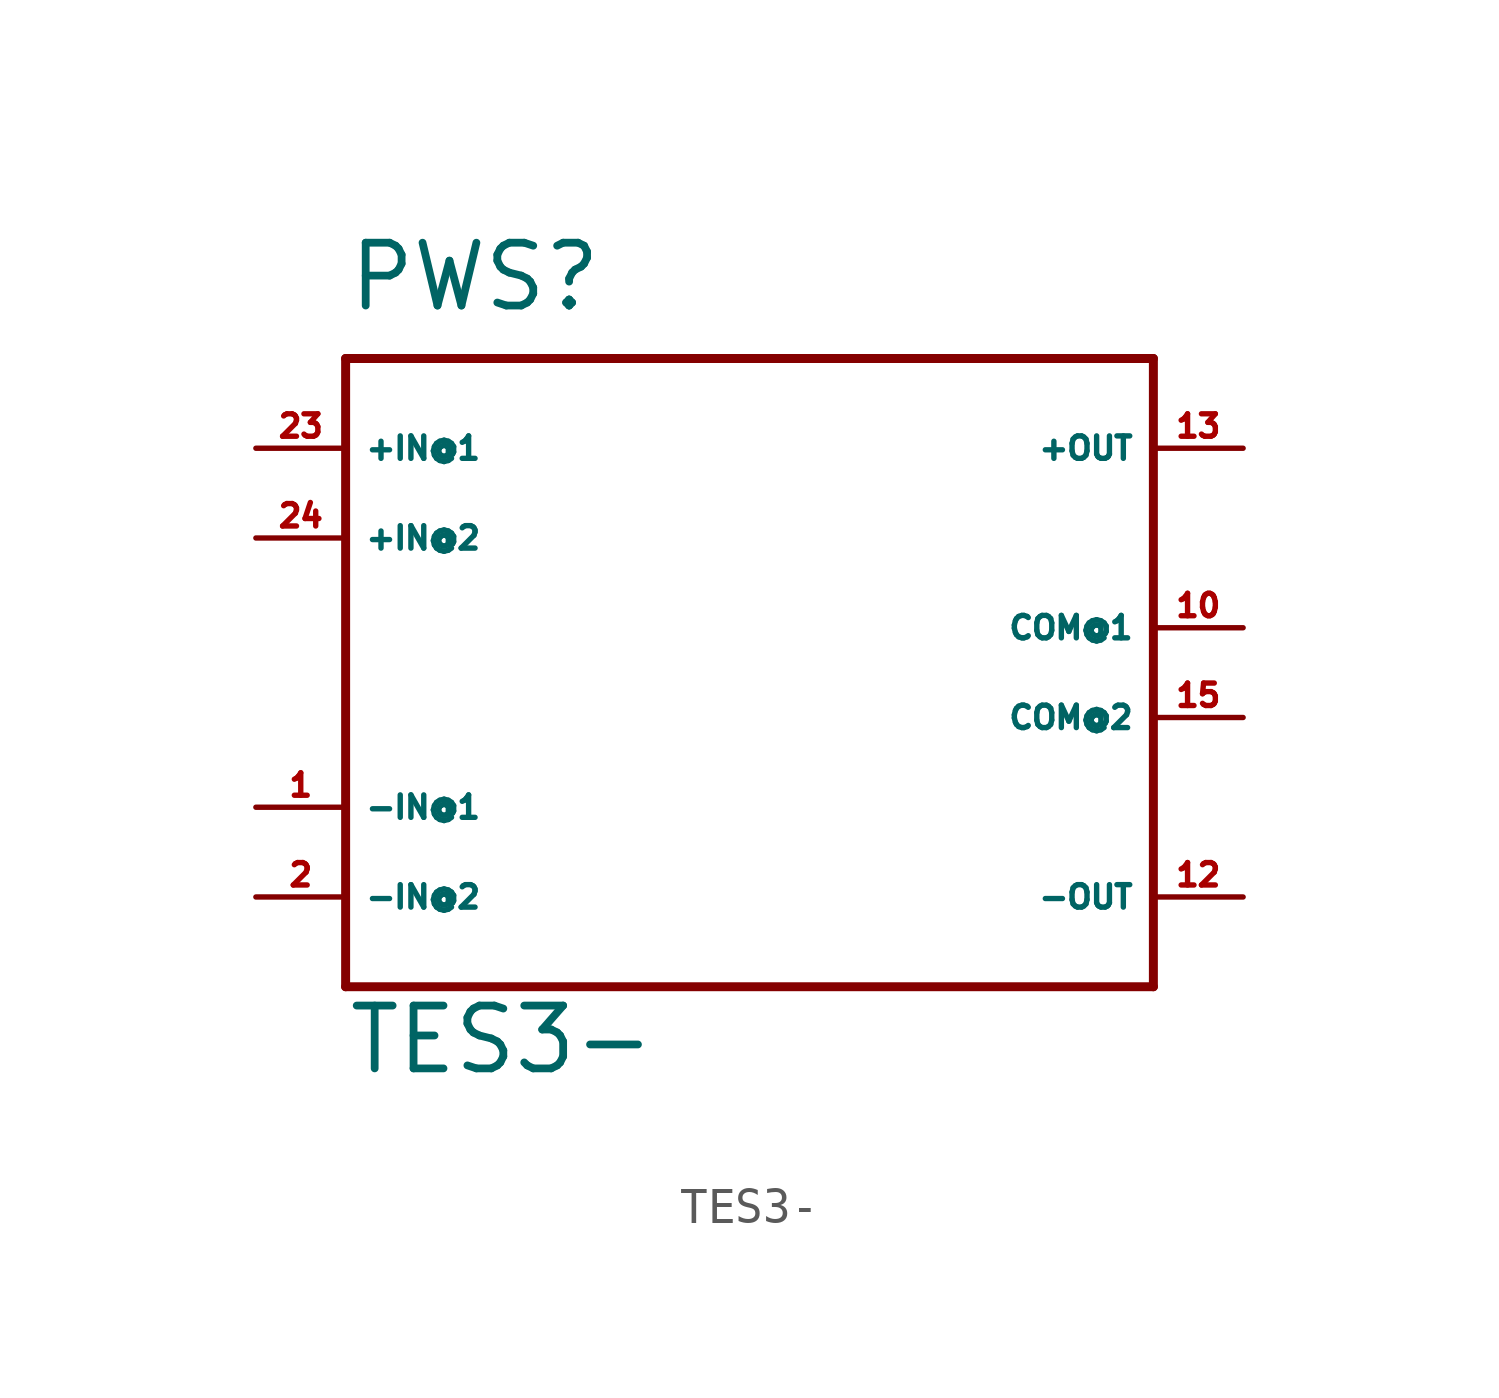
<source format=kicad_sym>
(kicad_symbol_lib
  (version 20220914)
  (generator Eagle2Kicad)
  (symbol "TES3-"
    (property "Reference" "PWS"
      (at -10.16 11.43 0)
      (effects (font (size 1.778 1.778) (thickness 0.22)) (justify left bottom)))
    (property "Value" "TES3-"
      (at -10.16 -10.16 0)
      (effects (font (size 1.778 1.778) (thickness 0.22)) (justify left bottom)))
    (polyline
      (pts (xy -10.16 10.16) (xy 12.7 10.16))
      (stroke (width 0.254) (type default))
      (fill (type none)))
    (polyline
      (pts (xy 12.7 10.16) (xy 12.7 -7.62))
      (stroke (width 0.254) (type default))
      (fill (type none)))
    (polyline
      (pts (xy 12.7 -7.62) (xy -10.16 -7.62))
      (stroke (width 0.254) (type default))
      (fill (type none)))
    (polyline
      (pts (xy -10.16 -7.62) (xy -10.16 10.16))
      (stroke (width 0.254) (type default))
      (fill (type none)))
    (pin output line
      (at 15.24 -5.08 180)
      (length 2.54)
      (name "-OUT" (effects (font (size 0.635 0.635) (thickness 0.08)) (justify left bottom)))
      (number "12" (effects (font (size 0.635 0.635) (thickness 0.08)) (justify left bottom))))
    (pin output line
      (at 15.24 7.62 180)
      (length 2.54)
      (name "+OUT" (effects (font (size 0.635 0.635) (thickness 0.08)) (justify left bottom)))
      (number "13" (effects (font (size 0.635 0.635) (thickness 0.08)) (justify left bottom))))
    (pin input line
      (at -12.7 7.62 0)
      (length 2.54)
      (name "+IN@1" (effects (font (size 0.635 0.635) (thickness 0.08)) (justify left bottom)))
      (number "23" (effects (font (size 0.635 0.635) (thickness 0.08)) (justify left bottom))))
    (pin input line
      (at -12.7 5.08 0)
      (length 2.54)
      (name "+IN@2" (effects (font (size 0.635 0.635) (thickness 0.08)) (justify left bottom)))
      (number "24" (effects (font (size 0.635 0.635) (thickness 0.08)) (justify left bottom))))
    (pin input line
      (at -12.7 -2.54 0)
      (length 2.54)
      (name "-IN@1" (effects (font (size 0.635 0.635) (thickness 0.08)) (justify left bottom)))
      (number "1" (effects (font (size 0.635 0.635) (thickness 0.08)) (justify left bottom))))
    (pin input line
      (at -12.7 -5.08 0)
      (length 2.54)
      (name "-IN@2" (effects (font (size 0.635 0.635) (thickness 0.08)) (justify left bottom)))
      (number "2" (effects (font (size 0.635 0.635) (thickness 0.08)) (justify left bottom))))
    (pin passive line
      (at 15.24 2.54 180)
      (length 2.54)
      (name "COM@1" (effects (font (size 0.635 0.635) (thickness 0.08)) (justify left bottom)))
      (number "10" (effects (font (size 0.635 0.635) (thickness 0.08)) (justify left bottom))))
    (pin passive line
      (at 15.24 0 180)
      (length 2.54)
      (name "COM@2" (effects (font (size 0.635 0.635) (thickness 0.08)) (justify left bottom)))
      (number "15" (effects (font (size 0.635 0.635) (thickness 0.08)) (justify left bottom))))))
</source>
